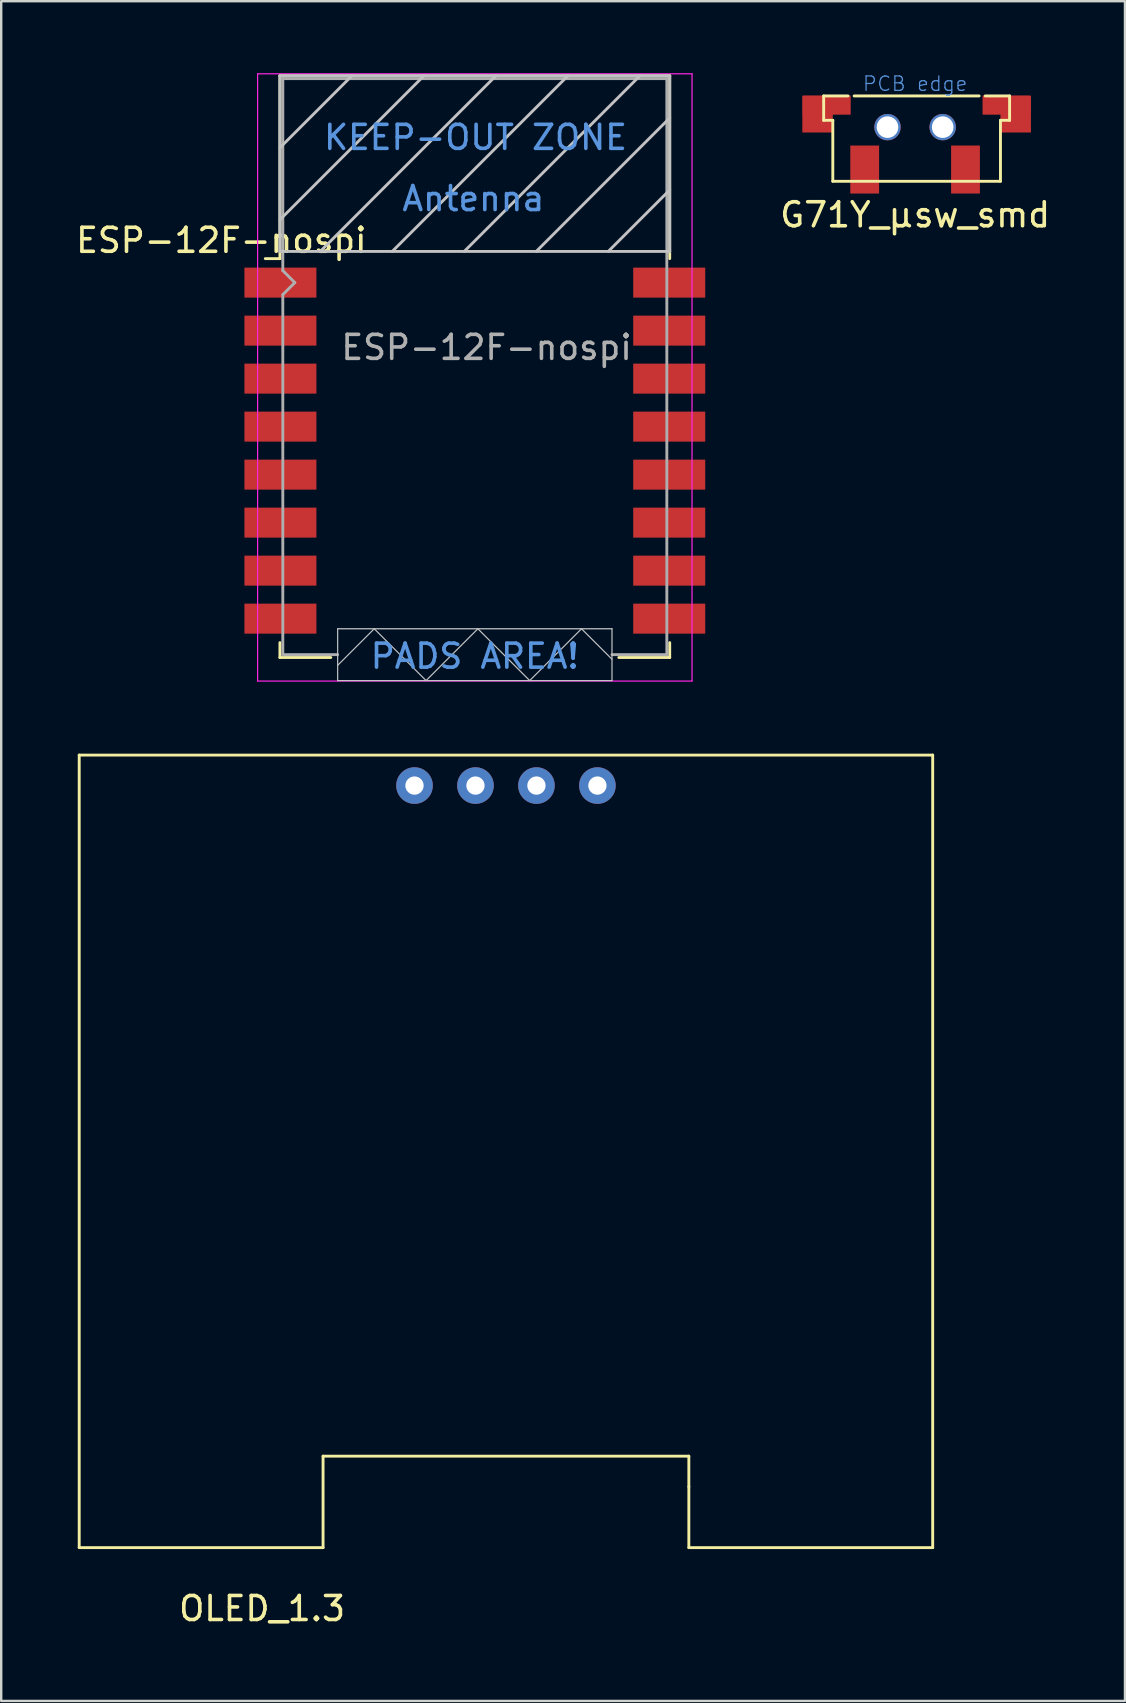
<source format=kicad_pcb>
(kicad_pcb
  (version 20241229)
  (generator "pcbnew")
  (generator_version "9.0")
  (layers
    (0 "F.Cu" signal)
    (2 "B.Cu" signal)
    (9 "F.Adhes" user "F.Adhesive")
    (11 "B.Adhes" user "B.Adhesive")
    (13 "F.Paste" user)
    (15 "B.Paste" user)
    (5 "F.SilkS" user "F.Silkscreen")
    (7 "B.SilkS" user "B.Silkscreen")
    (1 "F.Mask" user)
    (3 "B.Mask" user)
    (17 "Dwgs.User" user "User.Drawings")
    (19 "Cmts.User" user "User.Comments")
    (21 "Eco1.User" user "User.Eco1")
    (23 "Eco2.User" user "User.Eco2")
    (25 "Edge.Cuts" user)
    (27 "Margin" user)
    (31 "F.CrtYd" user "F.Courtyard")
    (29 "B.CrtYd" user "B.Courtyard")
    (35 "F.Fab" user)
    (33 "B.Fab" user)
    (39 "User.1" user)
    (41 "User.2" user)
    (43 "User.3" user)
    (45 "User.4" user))
  (footprint "OLED_1.3"
    (layer "F.Cu")
    (at 0.25 61.43)
    (property "Reference" "OLED_1.3" (at 7.62 2.54 0) (layer "F.SilkS") (effects (font (size 1 1) (thickness 0.15))))
    (attr through_hole)
    (fp_line (start 0 -33.02) (end 35.56 -33.02) (stroke (width 0.12) (type solid)) (layer "F.SilkS"))
    (fp_line (start 0 0) (end 0 -33.02) (stroke (width 0.12) (type solid)) (layer "F.SilkS"))
    (fp_line (start 10.16 -3.81) (end 10.16 0) (stroke (width 0.12) (type solid)) (layer "F.SilkS"))
    (fp_line (start 10.16 0) (end 0 0) (stroke (width 0.12) (type solid)) (layer "F.SilkS"))
    (fp_line (start 25.4 -3.81) (end 10.16 -3.81) (stroke (width 0.12) (type solid)) (layer "F.SilkS"))
    (fp_line (start 25.4 -2.54) (end 25.4 -3.81) (stroke (width 0.12) (type solid)) (layer "F.SilkS"))
    (fp_line (start 25.4 0) (end 25.4 -2.54) (stroke (width 0.12) (type solid)) (layer "F.SilkS"))
    (fp_line (start 35.56 -33.02) (end 35.56 0) (stroke (width 0.12) (type solid)) (layer "F.SilkS"))
    (fp_line (start 35.56 0) (end 25.4 0) (stroke (width 0.12) (type solid)) (layer "F.SilkS"))
    (pad "1" thru_hole circle (at 13.97 -31.75) (size 1.524 1.524) (drill 0.762) (layers "*.Cu" "*.Mask"))
    (pad "2" thru_hole circle (at 16.51 -31.75) (size 1.524 1.524) (drill 0.762) (layers "*.Cu" "*.Mask"))
    (pad "3" thru_hole circle (at 19.05 -31.75) (size 1.524 1.524) (drill 0.762) (layers "*.Cu" "*.Mask"))
    (pad "4" thru_hole circle (at 21.59 -31.75) (size 1.524 1.524) (drill 0.762) (layers "*.Cu" "*.Mask")))
  (footprint "G71Y_µsw_smd"
    (layer "F.Cu")
    (at 35.204 0.947)
    (property "Reference" "G71Y_µsw_smd" (at -0.127 4.953 180) (layer "F.SilkS") (effects (font (size 1 1) (thickness 0.15))))
    (attr through_hole)
    (fp_line (start -3.937 0) (end -2.921 0) (stroke (width 0.12) (type solid)) (layer "F.SilkS"))
    (fp_line (start -3.937 1.016) (end -3.937 0) (stroke (width 0.12) (type solid)) (layer "F.SilkS"))
    (fp_line (start -3.556 1.016) (end -3.937 1.016) (stroke (width 0.12) (type solid)) (layer "F.SilkS"))
    (fp_line (start -3.556 3.556) (end -3.556 1.016) (stroke (width 0.12) (type solid)) (layer "F.SilkS"))
    (fp_line (start -2.667 0) (end 2.54 0) (stroke (width 0.12) (type solid)) (layer "F.SilkS"))
    (fp_line (start 2.794 0) (end 3.81 0) (stroke (width 0.12) (type solid)) (layer "F.SilkS"))
    (fp_line (start 3.429 1.016) (end 3.429 3.556) (stroke (width 0.12) (type solid)) (layer "F.SilkS"))
    (fp_line (start 3.429 3.556) (end -3.556 3.556) (stroke (width 0.12) (type solid)) (layer "F.SilkS"))
    (fp_line (start 3.81 0) (end 3.81 1.016) (stroke (width 0.12) (type solid)) (layer "F.SilkS"))
    (fp_line (start 3.81 1.016) (end 3.429 1.016) (stroke (width 0.12) (type solid)) (layer "F.SilkS"))
    (fp_text user "PCB edge" (at -0.127 -0.508 0) (layer "Cmts.User") (effects (font (size 0.6 0.6) (thickness 0.05))))
    (pad "" np_thru_hole circle (at -1.277 1.3) (size 1.1 1.1) (drill 0.9) (layers "*.Cu" "*.Mask"))
    (pad "" np_thru_hole circle (at 1.023 1.3) (size 1.1 1.1) (drill 0.9) (layers "*.Cu" "*.Mask"))
    (pad "1" smd rect (at -2.227 2.667) (size 1.2 2) (drill (offset 0 0.4)) (layers "F.Cu" "F.Mask" "F.Paste"))
    (pad "2" smd rect (at 1.973 2.667) (size 1.2 2) (drill (offset 0 0.4)) (layers "F.Cu" "F.Mask" "F.Paste"))
    (pad "3" smd rect (at -4.191 0.762) (size 1.27 1.524) (layers "F.Cu" "F.Mask" "F.Paste"))
    (pad "3" smd rect (at -3.81 0.381) (size 2 0.8) (layers "F.Cu" "F.Mask" "F.Paste"))
    (pad "3" smd rect (at 3.683 0.381) (size 2 0.8) (layers "F.Cu" "F.Mask" "F.Paste"))
    (pad "3" smd rect (at 4.064 0.762) (size 1.27 1.524) (layers "F.Cu" "F.Mask" "F.Paste")))
  (footprint "ESP-12F-nospi"
    (layer "F.Cu")
    (at 16.733 12.225)
    (property "Reference" "ESP-12F-nospi" (at -10.56 -5.26 0) (layer "F.SilkS") (effects (font (size 1 1) (thickness 0.15))))
    (attr smd)
    (fp_line (start -8.12 -12.12) (end 8.12 -12.12) (stroke (width 0.12) (type solid)) (layer "F.SilkS"))
    (fp_line (start -8.12 -4.5) (end -8.73 -4.5) (stroke (width 0.12) (type solid)) (layer "F.SilkS"))
    (fp_line (start -8.12 -4.5) (end -8.12 -12.12) (stroke (width 0.12) (type solid)) (layer "F.SilkS"))
    (fp_line (start -8.12 12.12) (end -8.12 11.5) (stroke (width 0.12) (type solid)) (layer "F.SilkS"))
    (fp_line (start -6 12.12) (end -8.12 12.12) (stroke (width 0.12) (type solid)) (layer "F.SilkS"))
    (fp_line (start 8.12 -12.12) (end 8.12 -4.5) (stroke (width 0.12) (type solid)) (layer "F.SilkS"))
    (fp_line (start 8.12 11.5) (end 8.12 12.12) (stroke (width 0.12) (type solid)) (layer "F.SilkS"))
    (fp_line (start 8.12 12.12) (end 6 12.12) (stroke (width 0.12) (type solid)) (layer "F.SilkS"))
    (fp_line (start -8.12 -12.12) (end 8.12 -12.12) (stroke (width 0.12) (type solid)) (layer "Dwgs.User"))
    (fp_line (start -8.12 -9.12) (end -5.12 -12.12) (stroke (width 0.12) (type solid)) (layer "Dwgs.User"))
    (fp_line (start -8.12 -6.12) (end -2.12 -12.12) (stroke (width 0.12) (type solid)) (layer "Dwgs.User"))
    (fp_line (start -8.12 -4.8) (end -8.12 -12.12) (stroke (width 0.12) (type solid)) (layer "Dwgs.User"))
    (fp_line (start -6.44 -4.8) (end 0.88 -12.12) (stroke (width 0.12) (type solid)) (layer "Dwgs.User"))
    (fp_line (start -5.715 10.922) (end 5.715 10.922) (stroke (width 0.05) (type solid)) (layer "Dwgs.User"))
    (fp_line (start -5.715 12.446) (end -4.191 10.922) (stroke (width 0.05) (type solid)) (layer "Dwgs.User"))
    (fp_line (start -5.715 13.081) (end -5.715 10.922) (stroke (width 0.05) (type solid)) (layer "Dwgs.User"))
    (fp_line (start -4.191 10.922) (end -2.032 13.081) (stroke (width 0.05) (type solid)) (layer "Dwgs.User"))
    (fp_line (start -3.44 -4.8) (end 3.88 -12.12) (stroke (width 0.12) (type solid)) (layer "Dwgs.User"))
    (fp_line (start -2.032 13.081) (end 0.127 10.922) (stroke (width 0.05) (type solid)) (layer "Dwgs.User"))
    (fp_line (start -0.44 -4.8) (end 6.88 -12.12) (stroke (width 0.12) (type solid)) (layer "Dwgs.User"))
    (fp_line (start 0.127 10.922) (end 2.286 13.081) (stroke (width 0.05) (type solid)) (layer "Dwgs.User"))
    (fp_line (start 2.286 13.081) (end 4.445 10.922) (stroke (width 0.05) (type solid)) (layer "Dwgs.User"))
    (fp_line (start 2.56 -4.8) (end 8.12 -10.36) (stroke (width 0.12) (type solid)) (layer "Dwgs.User"))
    (fp_line (start 4.445 10.922) (end 5.715 12.192) (stroke (width 0.05) (type solid)) (layer "Dwgs.User"))
    (fp_line (start 5.56 -4.8) (end 8.12 -7.36) (stroke (width 0.12) (type solid)) (layer "Dwgs.User"))
    (fp_line (start 5.715 10.922) (end 5.715 13.081) (stroke (width 0.05) (type solid)) (layer "Dwgs.User"))
    (fp_line (start 5.715 13.081) (end -5.715 13.081) (stroke (width 0.05) (type solid)) (layer "Dwgs.User"))
    (fp_line (start 8.12 -12.12) (end 8.12 -4.8) (stroke (width 0.12) (type solid)) (layer "Dwgs.User"))
    (fp_line (start 8.12 -4.8) (end -8.12 -4.8) (stroke (width 0.12) (type solid)) (layer "Dwgs.User"))
    (fp_line (start -9.05 -12.2) (end 9.05 -12.2) (stroke (width 0.05) (type solid)) (layer "F.CrtYd"))
    (fp_line (start -9.05 13.1) (end -9.05 -12.2) (stroke (width 0.05) (type solid)) (layer "F.CrtYd"))
    (fp_line (start 9.05 -12.2) (end 9.05 13.1) (stroke (width 0.05) (type solid)) (layer "F.CrtYd"))
    (fp_line (start 9.05 13.1) (end -9.05 13.1) (stroke (width 0.05) (type solid)) (layer "F.CrtYd"))
    (fp_line (start -8 -12) (end 8 -12) (stroke (width 0.12) (type solid)) (layer "F.Fab"))
    (fp_line (start -8 -4) (end -8 -12) (stroke (width 0.12) (type solid)) (layer "F.Fab"))
    (fp_line (start -8 -3) (end -7.5 -3.5) (stroke (width 0.12) (type solid)) (layer "F.Fab"))
    (fp_line (start -8 12) (end -8 -3) (stroke (width 0.12) (type solid)) (layer "F.Fab"))
    (fp_line (start -7.5 -3.5) (end -8 -4) (stroke (width 0.12) (type solid)) (layer "F.Fab"))
    (fp_line (start -5.715 12) (end -8 12) (stroke (width 0.12) (type solid)) (layer "F.Fab"))
    (fp_line (start 8 -12) (end 8 12) (stroke (width 0.12) (type solid)) (layer "F.Fab"))
    (fp_line (start 8.001 12) (end 5.716 12) (stroke (width 0.12) (type solid)) (layer "F.Fab"))
    (fp_text user "KEEP-OUT ZONE" (at 0.03 -9.55 180) (layer "Cmts.User") (effects (font (size 1 1) (thickness 0.15))))
    (fp_text user "PADS AREA!" (at 0 12.065 0) (layer "Cmts.User") (effects (font (size 1 1) (thickness 0.15))))
    (fp_text user "Antenna" (at -0.06 -7 180) (layer "Cmts.User") (effects (font (size 1 1) (thickness 0.15))))
    (fp_text user "${REFERENCE}" (at 0.49 -0.8 0) (layer "F.Fab") (effects (font (size 1 1) (thickness 0.15))))
    (pad "1" smd rect (at -7.6 -3.5) (size 3 1.25) (drill (offset -0.5 0)) (layers "F.Cu" "F.Mask" "F.Paste"))
    (pad "2" smd rect (at -7.6 -1.5) (size 3 1.25) (drill (offset -0.5 0)) (layers "F.Cu" "F.Mask" "F.Paste"))
    (pad "3" smd rect (at -7.6 0.5) (size 3 1.25) (drill (offset -0.5 0)) (layers "F.Cu" "F.Mask" "F.Paste"))
    (pad "4" smd rect (at -7.6 2.5) (size 3 1.25) (drill (offset -0.5 0)) (layers "F.Cu" "F.Mask" "F.Paste"))
    (pad "5" smd rect (at -7.6 4.5) (size 3 1.25) (drill (offset -0.5 0)) (layers "F.Cu" "F.Mask" "F.Paste"))
    (pad "6" smd rect (at -7.6 6.5) (size 3 1.25) (drill (offset -0.5 0)) (layers "F.Cu" "F.Mask" "F.Paste"))
    (pad "7" smd rect (at -7.6 8.5) (size 3 1.25) (drill (offset -0.5 0)) (layers "F.Cu" "F.Mask" "F.Paste"))
    (pad "8" smd rect (at -7.6 10.5) (size 3 1.25) (drill (offset -0.5 0)) (layers "F.Cu" "F.Mask" "F.Paste"))
    (pad "15" smd rect (at 7.6 10.5) (size 3 1.25) (drill (offset 0.5 0)) (layers "F.Cu" "F.Mask" "F.Paste"))
    (pad "16" smd rect (at 7.6 8.5) (size 3 1.25) (drill (offset 0.5 0)) (layers "F.Cu" "F.Mask" "F.Paste"))
    (pad "17" smd rect (at 7.6 6.5) (size 3 1.25) (drill (offset 0.5 0)) (layers "F.Cu" "F.Mask" "F.Paste"))
    (pad "18" smd rect (at 7.6 4.5) (size 3 1.25) (drill (offset 0.5 0)) (layers "F.Cu" "F.Mask" "F.Paste"))
    (pad "19" smd rect (at 7.6 2.5) (size 3 1.25) (drill (offset 0.5 0)) (layers "F.Cu" "F.Mask" "F.Paste"))
    (pad "20" smd rect (at 7.6 0.5) (size 3 1.25) (drill (offset 0.5 0)) (layers "F.Cu" "F.Mask" "F.Paste"))
    (pad "21" smd rect (at 7.6 -1.5) (size 3 1.25) (drill (offset 0.5 0)) (layers "F.Cu" "F.Mask" "F.Paste"))
    (pad "22" smd rect (at 7.6 -3.5) (size 3 1.25) (drill (offset 0.5 0)) (layers "F.Cu" "F.Mask" "F.Paste")))
  (gr_rect
    (start -3 -3)
    (end 43.821 67.818)
    (stroke (width 0.1) (type default))
    (fill no)
    (layer "Edge.Cuts")))
</source>
